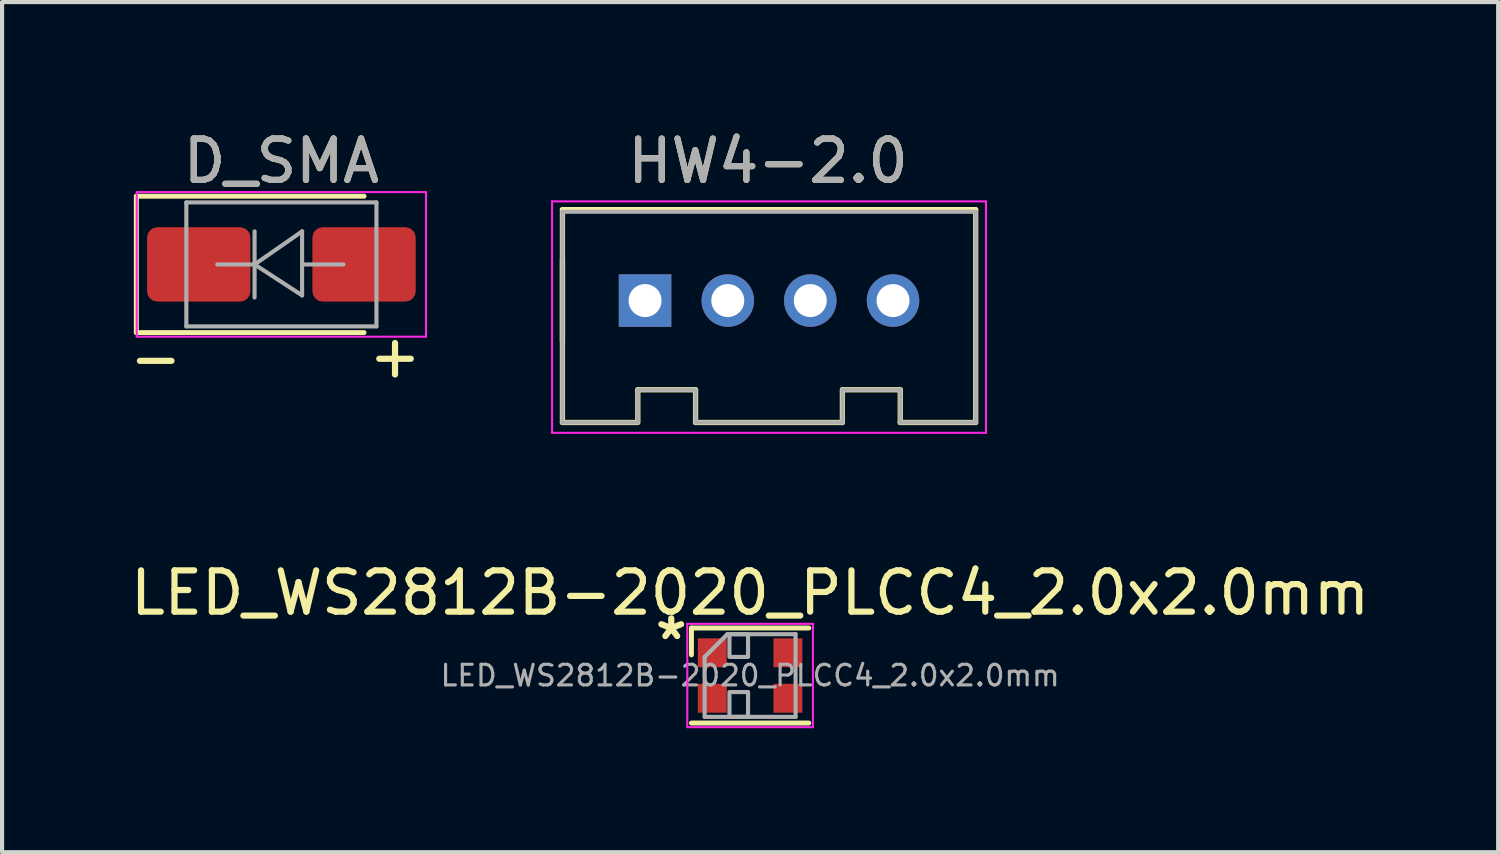
<source format=kicad_pcb>
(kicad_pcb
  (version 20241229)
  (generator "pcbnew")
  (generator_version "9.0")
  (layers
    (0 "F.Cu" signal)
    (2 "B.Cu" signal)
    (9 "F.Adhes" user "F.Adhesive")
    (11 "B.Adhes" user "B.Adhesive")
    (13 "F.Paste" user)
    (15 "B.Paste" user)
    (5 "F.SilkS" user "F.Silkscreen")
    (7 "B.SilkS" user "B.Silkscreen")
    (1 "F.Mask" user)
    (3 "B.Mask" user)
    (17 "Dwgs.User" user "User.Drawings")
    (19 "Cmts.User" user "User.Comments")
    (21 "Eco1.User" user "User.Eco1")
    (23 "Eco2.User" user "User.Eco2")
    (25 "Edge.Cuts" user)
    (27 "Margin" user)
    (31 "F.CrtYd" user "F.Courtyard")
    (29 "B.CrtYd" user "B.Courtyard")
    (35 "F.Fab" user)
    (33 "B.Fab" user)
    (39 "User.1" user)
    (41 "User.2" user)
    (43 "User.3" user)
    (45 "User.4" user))
  (footprint "D_SMA"
    (layer "F.Cu")
    (at 3.759 3.348)
    (property "Reference" "D_SMA" (at 0 -2.5 0) (layer "F.SilkS") (effects (font (size 1 1) (thickness 0.15))))
    (attr smd)
    (fp_line (start -3.51 -1.65) (end -3.51 1.65) (stroke (width 0.12) (type solid)) (layer "F.SilkS"))
    (fp_line (start -3.51 -1.65) (end 2 -1.65) (stroke (width 0.12) (type solid)) (layer "F.SilkS"))
    (fp_line (start -3.51 1.65) (end 2 1.65) (stroke (width 0.12) (type solid)) (layer "F.SilkS"))
    (fp_line (start -3.5 -1.75) (end 3.5 -1.75) (stroke (width 0.05) (type solid)) (layer "F.CrtYd"))
    (fp_line (start -3.5 1.75) (end -3.5 -1.75) (stroke (width 0.05) (type solid)) (layer "F.CrtYd"))
    (fp_line (start 3.5 -1.75) (end 3.5 1.75) (stroke (width 0.05) (type solid)) (layer "F.CrtYd"))
    (fp_line (start 3.5 1.75) (end -3.5 1.75) (stroke (width 0.05) (type solid)) (layer "F.CrtYd"))
    (fp_line (start -2.3 1.5) (end -2.3 -1.5) (stroke (width 0.1) (type solid)) (layer "F.Fab"))
    (fp_line (start -0.649 -0.799) (end -0.649 0.801) (stroke (width 0.1) (type solid)) (layer "F.Fab"))
    (fp_line (start -0.649 0.001) (end -1.551 0.001) (stroke (width 0.1) (type solid)) (layer "F.Fab"))
    (fp_line (start -0.649 0.001) (end 0.501 -0.799) (stroke (width 0.1) (type solid)) (layer "F.Fab"))
    (fp_line (start -0.649 0.001) (end 0.501 0.75) (stroke (width 0.1) (type solid)) (layer "F.Fab"))
    (fp_line (start 0.501 0.001) (end 1.499 0.001) (stroke (width 0.1) (type solid)) (layer "F.Fab"))
    (fp_line (start 0.501 0.75) (end 0.501 -0.799) (stroke (width 0.1) (type solid)) (layer "F.Fab"))
    (fp_line (start 2.3 -1.5) (end -2.3 -1.5) (stroke (width 0.1) (type solid)) (layer "F.Fab"))
    (fp_line (start 2.3 -1.5) (end 2.3 1.5) (stroke (width 0.1) (type solid)) (layer "F.Fab"))
    (fp_line (start 2.3 1.5) (end -2.3 1.5) (stroke (width 0.1) (type solid)) (layer "F.Fab"))
    (fp_text user "-" (at -3.759 2.845 0) (unlocked yes) (layer "F.SilkS") (effects (font (size 1 1) (thickness 0.15)) (justify left bottom)))
    (fp_text user "+" (at 2.032 2.794 0) (unlocked yes) (layer "F.SilkS") (effects (font (size 1 1) (thickness 0.15)) (justify left bottom)))
    (fp_text user "${REFERENCE}" (at 0 -2.5 0) (layer "F.Fab") (effects (font (size 1 1) (thickness 0.15))))
    (pad "1" smd roundrect (at -2 0) (size 2.5 1.8) (layers "F.Cu" "F.Mask" "F.Paste") (roundrect_rratio 0.139))
    (pad "2" smd roundrect (at 2 0) (size 2.5 1.8) (layers "F.Cu" "F.Mask" "F.Paste") (roundrect_rratio 0.139)))
  (footprint "HW4-2.0"
    (layer "F.Cu")
    (at 15.559 4.223)
    (property "Reference" "HW4-2.0" (at -0.025 -3.375 0) (layer "F.SilkS") (effects (font (size 1 1) (thickness 0.15))))
    (attr exclude_from_pos_files exclude_from_bom)
    (fp_line (start -5.001 2.95) (end -3.2 2.95) (stroke (width 0.127) (type solid)) (layer "F.SilkS"))
    (fp_line (start -4.999 -2.2) (end -4.999 2.95) (stroke (width 0.127) (type solid)) (layer "F.SilkS"))
    (fp_line (start -4.999 -2.2) (end 4.999 -2.2) (stroke (width 0.127) (type solid)) (layer "F.SilkS"))
    (fp_line (start -4.999 -0.998) (end -4.999 0.998) (stroke (width 0.127) (type solid)) (layer "F.SilkS"))
    (fp_line (start -3.175 2.159) (end -1.778 2.159) (stroke (width 0.127) (type solid)) (layer "F.SilkS"))
    (fp_line (start -3.175 2.95) (end -3.175 2.159) (stroke (width 0.127) (type solid)) (layer "F.SilkS"))
    (fp_line (start -1.781 2.95) (end 1.775 2.95) (stroke (width 0.127) (type solid)) (layer "F.SilkS"))
    (fp_line (start -1.778 2.159) (end -1.778 2.95) (stroke (width 0.127) (type solid)) (layer "F.SilkS"))
    (fp_line (start 1.775 2.95) (end 1.775 2.159) (stroke (width 0.127) (type solid)) (layer "F.SilkS"))
    (fp_line (start 1.778 2.159) (end 3.175 2.159) (stroke (width 0.127) (type solid)) (layer "F.SilkS"))
    (fp_line (start 3.175 2.159) (end 3.175 2.95) (stroke (width 0.127) (type solid)) (layer "F.SilkS"))
    (fp_line (start 3.175 2.95) (end 5 2.95) (stroke (width 0.127) (type solid)) (layer "F.SilkS"))
    (fp_line (start 5 2.95) (end 5 -2.2) (stroke (width 0.127) (type solid)) (layer "F.SilkS"))
    (fp_line (start -5.25 -2.4) (end 5.25 -2.4) (stroke (width 0.05) (type solid)) (layer "F.CrtYd"))
    (fp_line (start -5.25 3.2) (end -5.25 -2.4) (stroke (width 0.05) (type solid)) (layer "F.CrtYd"))
    (fp_line (start 5.25 -2.4) (end 5.25 3.2) (stroke (width 0.05) (type solid)) (layer "F.CrtYd"))
    (fp_line (start 5.25 3.2) (end -5.25 3.2) (stroke (width 0.05) (type solid)) (layer "F.CrtYd"))
    (fp_line (start -5 -2.15) (end 5 -2.15) (stroke (width 0.1) (type solid)) (layer "F.Fab"))
    (fp_line (start -5 2.95) (end -5 -2.15) (stroke (width 0.1) (type solid)) (layer "F.Fab"))
    (fp_line (start -4.999 2.95) (end -3.198 2.95) (stroke (width 0.1) (type solid)) (layer "F.Fab"))
    (fp_line (start -3.175 2.159) (end -1.778 2.159) (stroke (width 0.1) (type solid)) (layer "F.Fab"))
    (fp_line (start -3.175 2.95) (end -3.175 2.159) (stroke (width 0.1) (type solid)) (layer "F.Fab"))
    (fp_line (start -1.778 2.159) (end -1.778 2.95) (stroke (width 0.1) (type solid)) (layer "F.Fab"))
    (fp_line (start -1.778 2.95) (end 1.778 2.95) (stroke (width 0.1) (type solid)) (layer "F.Fab"))
    (fp_line (start 1.778 2.159) (end 3.175 2.159) (stroke (width 0.1) (type solid)) (layer "F.Fab"))
    (fp_line (start 1.778 2.95) (end 1.778 2.159) (stroke (width 0.1) (type solid)) (layer "F.Fab"))
    (fp_line (start 3.175 2.159) (end 3.175 2.95) (stroke (width 0.1) (type solid)) (layer "F.Fab"))
    (fp_line (start 3.175 2.95) (end 5 2.95) (stroke (width 0.1) (type solid)) (layer "F.Fab"))
    (fp_line (start 5 2.95) (end 5 -2.15) (stroke (width 0.1) (type solid)) (layer "F.Fab"))
    (fp_text user "${REFERENCE}" (at -0.025 -3.375 0) (layer "F.Fab") (effects (font (size 1 1) (thickness 0.15))))
    (pad "1" thru_hole rect (at -3 0) (size 1.27 1.27) (drill 0.798) (layers "*.Cu" "*.Mask"))
    (pad "2" thru_hole circle (at -0.998 0) (size 1.27 1.27) (drill 0.798) (layers "*.Cu" "*.Mask"))
    (pad "3" thru_hole circle (at 0.998 0) (size 1.27 1.27) (drill 0.798) (layers "*.Cu" "*.Mask"))
    (pad "4" thru_hole circle (at 3 0) (size 1.27 1.27) (drill 0.798) (layers "*.Cu" "*.Mask")))
  (footprint "LED_WS2812B-2020_PLCC4_2.0x2.0mm"
    (layer "F.Cu")
    (at 15.101 13.296)
    (property "Reference" "LED_WS2812B-2020_PLCC4_2.0x2.0mm" (at 0 -2 0) (layer "F.SilkS") (effects (font (size 1 1) (thickness 0.15))))
    (attr smd)
    (fp_line (start -1.42 -1.15) (end -1.42 -0.5) (stroke (width 0.12) (type solid)) (layer "F.SilkS"))
    (fp_line (start -1.42 -1.15) (end 1.42 -1.15) (stroke (width 0.12) (type solid)) (layer "F.SilkS"))
    (fp_line (start -1.42 1.15) (end 1.42 1.15) (stroke (width 0.12) (type solid)) (layer "F.SilkS"))
    (fp_line (start -1.52 -1.25) (end -1.52 1.25) (stroke (width 0.05) (type solid)) (layer "F.CrtYd"))
    (fp_line (start -1.52 1.25) (end 1.52 1.25) (stroke (width 0.05) (type solid)) (layer "F.CrtYd"))
    (fp_line (start 1.52 -1.25) (end -1.52 -1.25) (stroke (width 0.05) (type solid)) (layer "F.CrtYd"))
    (fp_line (start 1.52 1.25) (end 1.52 -1.25) (stroke (width 0.05) (type solid)) (layer "F.CrtYd"))
    (fp_line (start -1.1 -0.45) (end -1.1 1) (stroke (width 0.1) (type solid)) (layer "F.Fab"))
    (fp_line (start -1.1 1) (end 1.1 1) (stroke (width 0.1) (type solid)) (layer "F.Fab"))
    (fp_line (start -0.55 -1) (end -1.1 -0.45) (stroke (width 0.1) (type solid)) (layer "F.Fab"))
    (fp_line (start 1.1 -1) (end -0.55 -1) (stroke (width 0.1) (type solid)) (layer "F.Fab"))
    (fp_line (start 1.1 -1) (end 1.1 1) (stroke (width 0.1) (type solid)) (layer "F.Fab"))
    (fp_rect (start -0.5 -1) (end -0.05 -0.45) (stroke (width 0.1) (type solid)) (fill no) (layer "F.Fab"))
    (fp_rect (start -0.5 0.4) (end -0.05 1) (stroke (width 0.1) (type solid)) (fill no) (layer "F.Fab"))
    (fp_text user "*" (at -2.388 -0.254 0) (unlocked yes) (layer "F.SilkS") (effects (font (size 1 1) (thickness 0.15)) (justify left bottom)))
    (fp_text user "${REFERENCE}" (at 0 0 0) (layer "F.Fab") (effects (font (size 0.5 0.5) (thickness 0.075))))
    (pad "1" smd rect (at -0.915 -0.55) (size 0.7 0.7) (layers "F.Cu" "F.Mask" "F.Paste"))
    (pad "2" smd rect (at -0.915 0.55) (size 0.7 0.7) (layers "F.Cu" "F.Mask" "F.Paste"))
    (pad "3" smd rect (at 0.915 0.55) (size 0.7 0.7) (layers "F.Cu" "F.Mask" "F.Paste"))
    (pad "4" smd rect (at 0.915 -0.55) (size 0.7 0.7) (layers "F.Cu" "F.Mask" "F.Paste")))
  (gr_rect
    (start -3 -3)
    (end 33.202 17.572)
    (stroke (width 0.1) (type default))
    (fill no)
    (layer "Edge.Cuts")))
</source>
